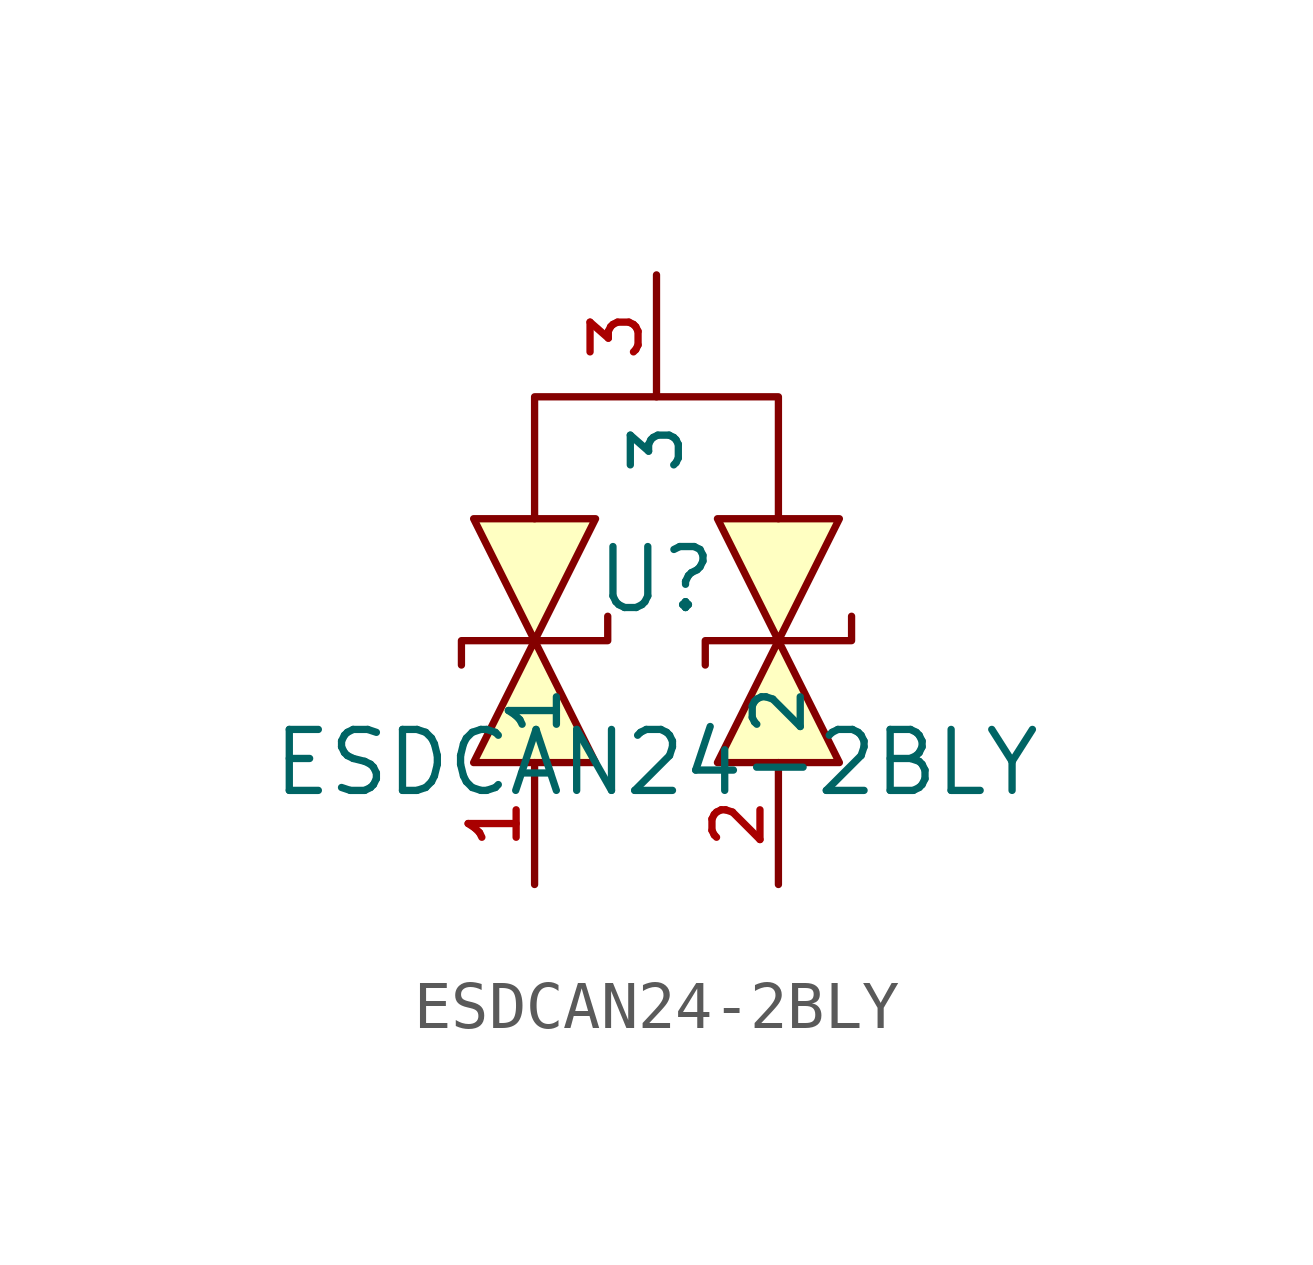
<source format=kicad_sym>
(kicad_symbol_lib
  (version 20210201)
  (generator TousstNicolas/JLC2KiCad_lib)
  (symbol "ESDCAN24-2BLY"
    (property "Reference" "U"
      (at 0 1.27 0)
      (effects (font (size 1.27 1.27))))
    (property "Value" "ESDCAN24-2BLY"
      (at 0 -2.54 0)
      (effects (font (size 1.27 1.27))))
    (symbol "ESDCAN24-2BLY_0_1"
      (pin unspecified line (at 0.0 7.62 270) (length 2.54) (name "3" (effects (font (size 1 1)))) (number "3" (effects (font (size 1 1)))))
      (pin unspecified line (at -2.54 -5.08 90) (length 2.54) (name "1" (effects (font (size 1 1)))) (number "1" (effects (font (size 1 1)))))
      (polyline (pts (xy -3.81 -2.54) (xy -2.54 -0.0) (xy -1.27 -2.54) (xy -3.81 -2.54)) (stroke (width 0) (type default) (color 0 0 0 0)) (fill (type background)))
      (polyline (pts (xy -3.81 2.54) (xy -2.54 -0.0) (xy -1.27 2.54) (xy -3.81 2.54)) (stroke (width 0) (type default) (color 0 0 0 0)) (fill (type background)))
      (polyline (pts (xy -4.064 -0.508) (xy -4.064 -0.508) (xy -4.064 -0.0) (xy -1.016 -0.0) (xy -1.016 0.508) (xy -1.016 0.508)) (stroke (width 0) (type default) (color 0 0 0 0)) (fill (type none)))
      (pin unspecified line (at 2.54 -5.08 90) (length 2.54) (name "2" (effects (font (size 1 1)))) (number "2" (effects (font (size 1 1)))))
      (polyline (pts (xy 1.27 -2.54) (xy 2.54 -0.0) (xy 3.81 -2.54) (xy 1.27 -2.54)) (stroke (width 0) (type default) (color 0 0 0 0)) (fill (type background)))
      (polyline (pts (xy 1.27 2.54) (xy 2.54 -0.0) (xy 3.81 2.54) (xy 1.27 2.54)) (stroke (width 0) (type default) (color 0 0 0 0)) (fill (type background)))
      (polyline (pts (xy 1.016 -0.508) (xy 1.016 -0.508) (xy 1.016 -0.0) (xy 4.064 -0.0) (xy 4.064 0.508) (xy 4.064 0.508)) (stroke (width 0) (type default) (color 0 0 0 0)) (fill (type none)))
      (polyline (pts (xy -2.54 2.54) (xy -2.54 5.08) (xy 2.54 5.08) (xy 2.54 2.54)) (stroke (width 0) (type default) (color 0 0 0 0)) (fill (type none))))))
</source>
